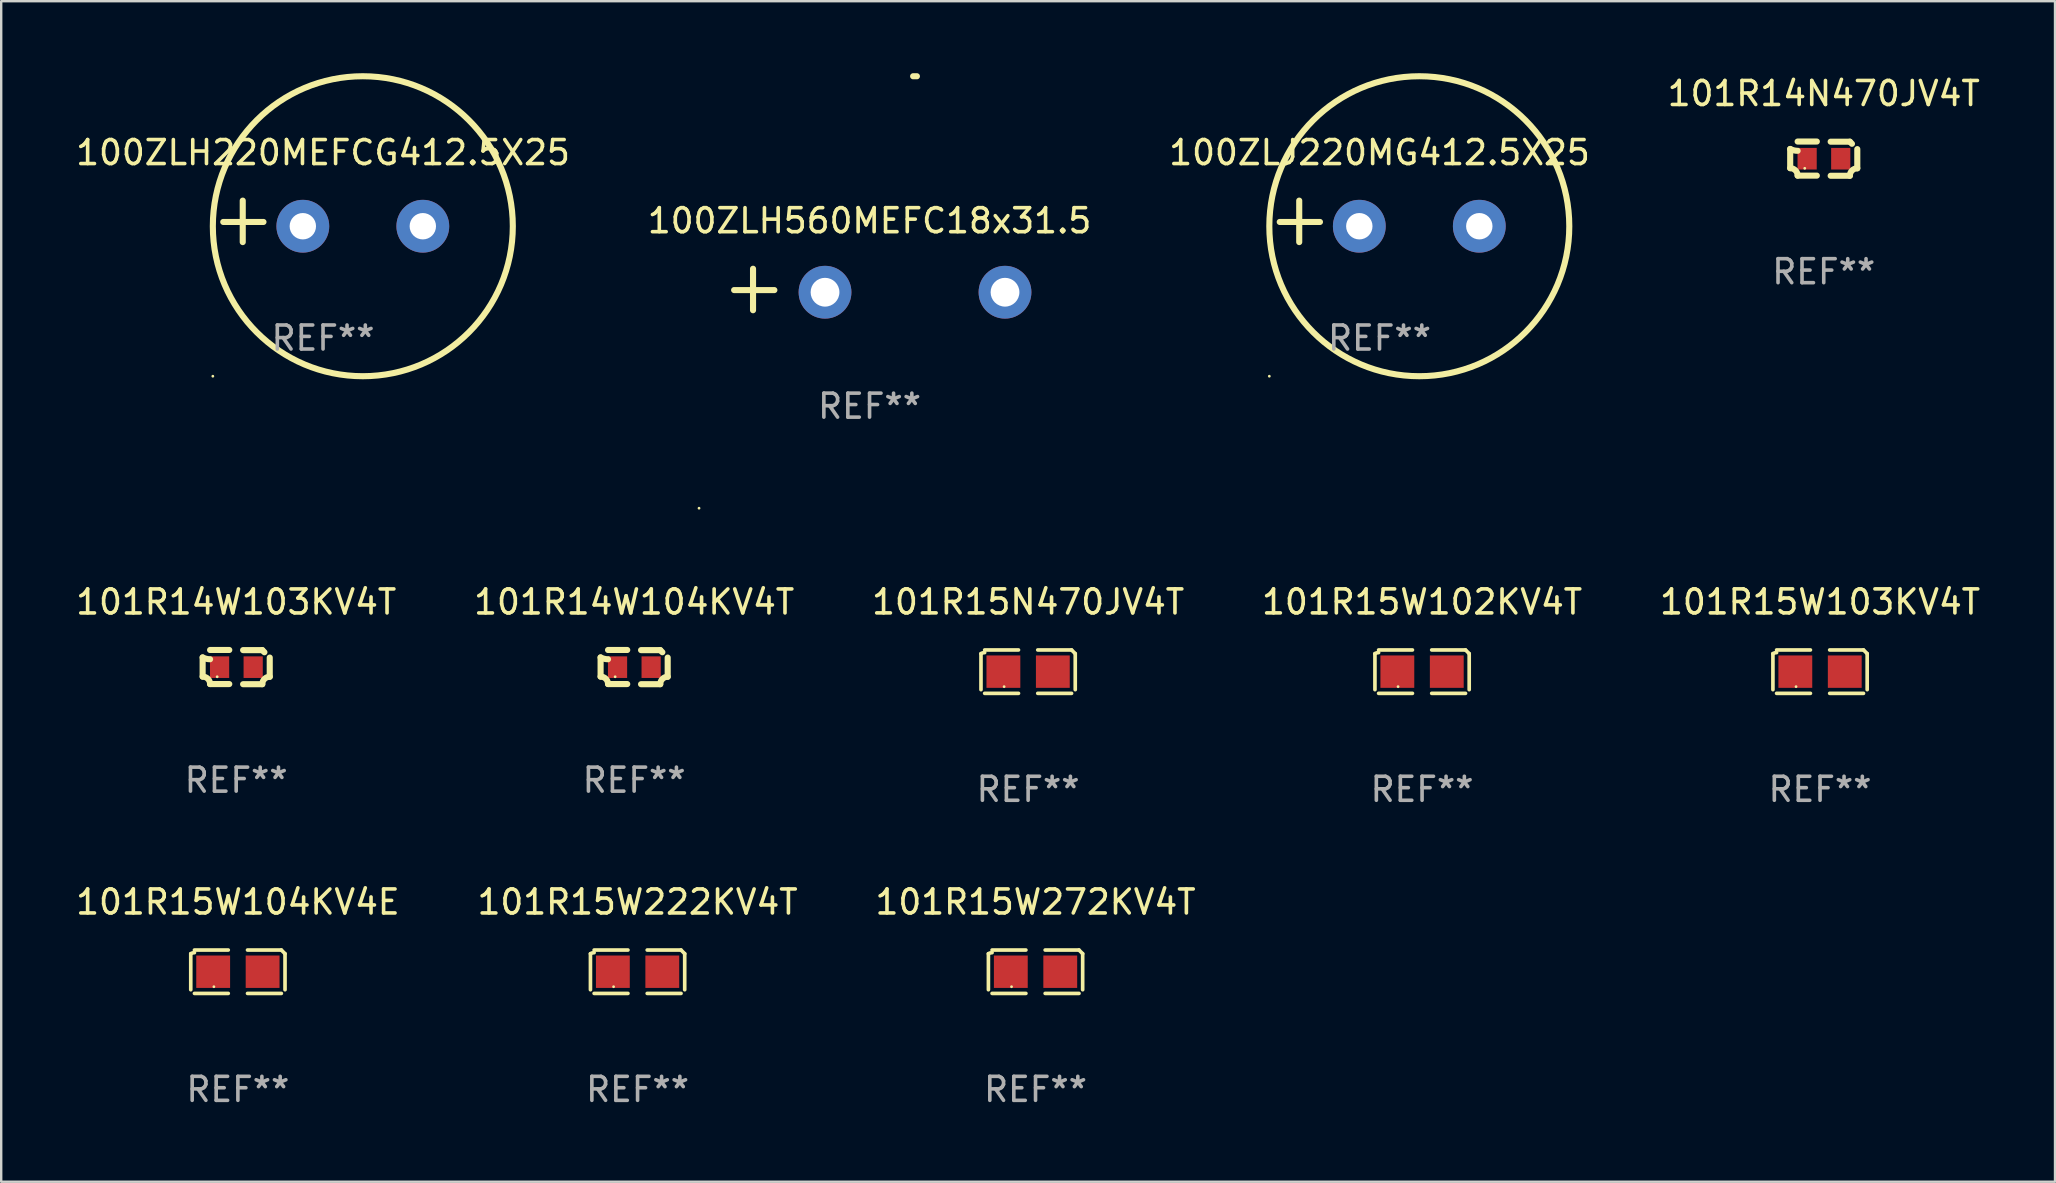
<source format=kicad_pcb>
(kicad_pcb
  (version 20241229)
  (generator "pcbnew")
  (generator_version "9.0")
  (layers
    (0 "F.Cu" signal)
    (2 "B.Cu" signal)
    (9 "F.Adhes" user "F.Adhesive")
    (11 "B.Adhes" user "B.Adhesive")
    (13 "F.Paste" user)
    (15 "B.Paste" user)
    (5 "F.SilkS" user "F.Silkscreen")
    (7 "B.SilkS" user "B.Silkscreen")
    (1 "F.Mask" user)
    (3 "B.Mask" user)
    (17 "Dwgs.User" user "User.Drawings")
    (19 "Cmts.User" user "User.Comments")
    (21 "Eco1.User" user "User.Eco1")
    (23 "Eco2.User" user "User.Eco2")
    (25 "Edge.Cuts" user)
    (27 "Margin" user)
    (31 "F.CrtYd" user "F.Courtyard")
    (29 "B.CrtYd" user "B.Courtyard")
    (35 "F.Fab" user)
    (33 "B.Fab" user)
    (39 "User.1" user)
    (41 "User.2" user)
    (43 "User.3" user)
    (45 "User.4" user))
  (footprint "100ZLH220MEFCG412.5X25"
    (layer "F.Cu")
    (at 10.411 6.174)
    (property "Reference" "100ZLH220MEFCG412.5X25" (at 0 -2.864 0) (layer "F.SilkS") (effects (font (size 1 1) (thickness 0.15))))
    (attr through_hole)
    (fp_line (start -3.346 0.864) (end -3.346 -0.864) (stroke (width 0.254) (type solid)) (layer "F.SilkS"))
    (fp_line (start -2.482 0.025) (end -4.158 0.025) (stroke (width 0.254) (type solid)) (layer "F.SilkS"))
    (fp_circle (center -4.592 6.453) (end -4.562 6.453) (stroke (width 0.06) (type solid)) (fill no) (layer "F.SilkS"))
    (fp_circle (center 1.658 0.203) (end 7.908 0.203) (stroke (width 0.254) (type solid)) (fill no) (layer "F.SilkS"))
    (fp_text user "REF**" (at 0 4.864 0) (layer "F.Fab") (effects (font (size 1 1) (thickness 0.15))))
    (pad "1" thru_hole circle (at -0.842 0.203) (size 2.2 2.2) (drill 1.1) (layers "*.Cu" "*.Mask"))
    (pad "2" thru_hole circle (at 4.158 0.203) (size 2.2 2.2) (drill 1.1) (layers "*.Cu" "*.Mask")))
  (footprint "101R14W103KV4T"
    (layer "F.Cu")
    (at 6.792 24.748)
    (property "Reference" "101R14W103KV4T" (at 0 -2.713 0) (layer "F.SilkS") (effects (font (size 1 1) (thickness 0.15))))
    (attr through_hole)
    (fp_line (start -1.398 -0.403) (end -1.398 0.397) (stroke (width 0.254) (type solid)) (layer "F.SilkS"))
    (fp_line (start -0.288 -0.713) (end -1.088 -0.713) (stroke (width 0.254) (type solid)) (layer "F.SilkS"))
    (fp_line (start -0.288 0.707) (end -1.088 0.707) (stroke (width 0.254) (type solid)) (layer "F.SilkS"))
    (fp_line (start 0.288 -0.707) (end 1.088 -0.707) (stroke (width 0.254) (type solid)) (layer "F.SilkS"))
    (fp_line (start 0.288 0.713) (end 1.088 0.713) (stroke (width 0.254) (type solid)) (layer "F.SilkS"))
    (fp_line (start 1.398 -0.397) (end 1.398 0.403) (stroke (width 0.254) (type solid)) (layer "F.SilkS"))
    (fp_arc (start -1.397789 0.397066) (mid -1.178701 0.487826) (end -1.08796 0.706922) (stroke (width 0.254001) (type solid)) (layer "F.SilkS"))
    (fp_arc (start -1.08796 -0.327176) (mid -1.247436 -0.346384) (end -1.39779 -0.402908) (stroke (width 0.254001) (type solid)) (layer "F.SilkS"))
    (fp_arc (start 1.087909 0.712738) (mid 1.178656 0.493655) (end 1.397739 0.402908) (stroke (width 0.254001) (type solid)) (layer "F.SilkS"))
    (fp_arc (start 1.175925 -0.618926) (mid 1.131917 -0.662923) (end 1.08791 -0.706922) (stroke (width 0.254001) (type solid)) (layer "F.SilkS"))
    (fp_circle (center -0.792 0.403) (end -0.762 0.403) (stroke (width 0.06) (type solid)) (fill no) (layer "F.SilkS"))
    (fp_text user "REF**" (at 0 4.713 0) (layer "F.Fab") (effects (font (size 1 1) (thickness 0.15))))
    (pad "1" smd rect (at -0.692 0.003) (size 0.8 0.9) (layers "F.Cu" "F.Mask" "F.Paste"))
    (pad "2" smd rect (at 0.708 0.003) (size 0.8 0.9) (layers "F.Cu" "F.Mask" "F.Paste")))
  (footprint "101R15W222KV4T"
    (layer "F.Cu")
    (at 23.518 37.442)
    (property "Reference" "101R15W222KV4T" (at 0 -2.904 0) (layer "F.SilkS") (effects (font (size 1 1) (thickness 0.15))))
    (attr through_hole)
    (fp_line (start -1.964 0.751) (end -1.964 -0.751) (stroke (width 0.152) (type solid)) (layer "F.SilkS"))
    (fp_line (start -1.811 -0.904) (end -0.401 -0.904) (stroke (width 0.152) (type solid)) (layer "F.SilkS"))
    (fp_line (start -0.401 0.904) (end -1.811 0.904) (stroke (width 0.152) (type solid)) (layer "F.SilkS"))
    (fp_line (start 0.401 0.904) (end 1.811 0.904) (stroke (width 0.152) (type solid)) (layer "F.SilkS"))
    (fp_line (start 1.811 -0.904) (end 0.401 -0.904) (stroke (width 0.152) (type solid)) (layer "F.SilkS"))
    (fp_line (start 1.964 0.751) (end 1.964 -0.751) (stroke (width 0.152) (type solid)) (layer "F.SilkS"))
    (fp_arc (start -1.963602 -0.751207) (mid -1.890354 -0.783131) (end -1.811201 -0.794044) (stroke (width 0.1524) (type solid)) (layer "F.SilkS"))
    (fp_arc (start 1.811202 -0.903607) (mid 1.887413 -0.827418) (end 1.963602 -0.751207) (stroke (width 0.1524) (type solid)) (layer "F.SilkS"))
    (fp_circle (center -1 0.625) (end -0.97 0.625) (stroke (width 0.06) (type solid)) (fill no) (layer "F.SilkS"))
    (fp_text user "REF**" (at 0 4.904 0) (layer "F.Fab") (effects (font (size 1 1) (thickness 0.15))))
    (pad "1" smd rect (at -1.03 0) (size 1.41 1.35) (layers "F.Cu" "F.Mask" "F.Paste"))
    (pad "2" smd rect (at 1.03 0) (size 1.41 1.35) (layers "F.Cu" "F.Mask" "F.Paste")))
  (footprint "100ZLH560MEFC18x31.5"
    (layer "F.Cu")
    (at 33.185 9.013)
    (property "Reference" "100ZLH560MEFC18x31.5" (at 0 -2.864 0) (layer "F.SilkS") (effects (font (size 1 1) (thickness 0.15))))
    (attr through_hole)
    (fp_line (start -4.856 0.864) (end -4.856 -0.864) (stroke (width 0.254) (type solid)) (layer "F.SilkS"))
    (fp_line (start -3.967 0.025) (end -5.644 0.025) (stroke (width 0.254) (type solid)) (layer "F.SilkS"))
    (fp_arc (start 1.815024 -8.885649) (mid 1.893764 -8.88599) (end 1.972504 -8.885649) (stroke (width 0.254001) (type solid)) (layer "F.SilkS"))
    (fp_circle (center -7.106 9.114) (end -7.076 9.114) (stroke (width 0.06) (type solid)) (fill no) (layer "F.SilkS"))
    (fp_text user "REF**" (at 0 4.864 0) (layer "F.Fab") (effects (font (size 1 1) (thickness 0.15))))
    (pad "1" thru_hole circle (at -1.856 0.114) (size 2.2 2.2) (drill 1.2) (layers "*.Cu" "*.Mask"))
    (pad "2" thru_hole circle (at 5.644 0.114) (size 2.2 2.2) (drill 1.2) (layers "*.Cu" "*.Mask")))
  (footprint "100ZLJ220MG412.5X25"
    (layer "F.Cu")
    (at 54.435 6.174)
    (property "Reference" "100ZLJ220MG412.5X25" (at 0 -2.864 0) (layer "F.SilkS") (effects (font (size 1 1) (thickness 0.15))))
    (attr through_hole)
    (fp_line (start -3.346 0.864) (end -3.346 -0.864) (stroke (width 0.254) (type solid)) (layer "F.SilkS"))
    (fp_line (start -2.482 0.025) (end -4.158 0.025) (stroke (width 0.254) (type solid)) (layer "F.SilkS"))
    (fp_circle (center -4.592 6.453) (end -4.562 6.453) (stroke (width 0.06) (type solid)) (fill no) (layer "F.SilkS"))
    (fp_circle (center 1.658 0.203) (end 7.908 0.203) (stroke (width 0.254) (type solid)) (fill no) (layer "F.SilkS"))
    (fp_text user "REF**" (at 0 4.864 0) (layer "F.Fab") (effects (font (size 1 1) (thickness 0.15))))
    (pad "1" thru_hole circle (at -0.842 0.203) (size 2.2 2.2) (drill 1.1) (layers "*.Cu" "*.Mask"))
    (pad "2" thru_hole circle (at 4.158 0.203) (size 2.2 2.2) (drill 1.1) (layers "*.Cu" "*.Mask")))
  (footprint "101R15W272KV4T"
    (layer "F.Cu")
    (at 40.101 37.442)
    (property "Reference" "101R15W272KV4T" (at 0 -2.904 0) (layer "F.SilkS") (effects (font (size 1 1) (thickness 0.15))))
    (attr through_hole)
    (fp_line (start -1.964 0.751) (end -1.964 -0.751) (stroke (width 0.152) (type solid)) (layer "F.SilkS"))
    (fp_line (start -1.811 -0.904) (end -0.401 -0.904) (stroke (width 0.152) (type solid)) (layer "F.SilkS"))
    (fp_line (start -0.401 0.904) (end -1.811 0.904) (stroke (width 0.152) (type solid)) (layer "F.SilkS"))
    (fp_line (start 0.401 0.904) (end 1.811 0.904) (stroke (width 0.152) (type solid)) (layer "F.SilkS"))
    (fp_line (start 1.811 -0.904) (end 0.401 -0.904) (stroke (width 0.152) (type solid)) (layer "F.SilkS"))
    (fp_line (start 1.964 0.751) (end 1.964 -0.751) (stroke (width 0.152) (type solid)) (layer "F.SilkS"))
    (fp_arc (start -1.963602 -0.751207) (mid -1.890354 -0.783131) (end -1.811201 -0.794044) (stroke (width 0.1524) (type solid)) (layer "F.SilkS"))
    (fp_arc (start 1.811202 -0.903607) (mid 1.887413 -0.827418) (end 1.963602 -0.751207) (stroke (width 0.1524) (type solid)) (layer "F.SilkS"))
    (fp_circle (center -1 0.625) (end -0.97 0.625) (stroke (width 0.06) (type solid)) (fill no) (layer "F.SilkS"))
    (fp_text user "REF**" (at 0 4.904 0) (layer "F.Fab") (effects (font (size 1 1) (thickness 0.15))))
    (pad "1" smd rect (at -1.03 0) (size 1.41 1.35) (layers "F.Cu" "F.Mask" "F.Paste"))
    (pad "2" smd rect (at 1.03 0) (size 1.41 1.35) (layers "F.Cu" "F.Mask" "F.Paste")))
  (footprint "101R14N470JV4T"
    (layer "F.Cu")
    (at 72.946 3.561)
    (property "Reference" "101R14N470JV4T" (at 0 -2.713 0) (layer "F.SilkS") (effects (font (size 1 1) (thickness 0.15))))
    (attr through_hole)
    (fp_line (start -1.398 -0.403) (end -1.398 0.397) (stroke (width 0.254) (type solid)) (layer "F.SilkS"))
    (fp_line (start -0.288 -0.713) (end -1.088 -0.713) (stroke (width 0.254) (type solid)) (layer "F.SilkS"))
    (fp_line (start -0.288 0.707) (end -1.088 0.707) (stroke (width 0.254) (type solid)) (layer "F.SilkS"))
    (fp_line (start 0.288 -0.707) (end 1.088 -0.707) (stroke (width 0.254) (type solid)) (layer "F.SilkS"))
    (fp_line (start 0.288 0.713) (end 1.088 0.713) (stroke (width 0.254) (type solid)) (layer "F.SilkS"))
    (fp_line (start 1.398 -0.397) (end 1.398 0.403) (stroke (width 0.254) (type solid)) (layer "F.SilkS"))
    (fp_arc (start -1.397789 0.397066) (mid -1.178701 0.487826) (end -1.08796 0.706922) (stroke (width 0.254001) (type solid)) (layer "F.SilkS"))
    (fp_arc (start -1.08796 -0.327176) (mid -1.247436 -0.346384) (end -1.39779 -0.402908) (stroke (width 0.254001) (type solid)) (layer "F.SilkS"))
    (fp_arc (start 1.087909 0.712738) (mid 1.178656 0.493655) (end 1.397739 0.402908) (stroke (width 0.254001) (type solid)) (layer "F.SilkS"))
    (fp_arc (start 1.175925 -0.618926) (mid 1.131917 -0.662923) (end 1.08791 -0.706922) (stroke (width 0.254001) (type solid)) (layer "F.SilkS"))
    (fp_circle (center -0.792 0.403) (end -0.762 0.403) (stroke (width 0.06) (type solid)) (fill no) (layer "F.SilkS"))
    (fp_text user "REF**" (at 0 4.713 0) (layer "F.Fab") (effects (font (size 1 1) (thickness 0.15))))
    (pad "1" smd rect (at -0.692 0.003) (size 0.8 0.9) (layers "F.Cu" "F.Mask" "F.Paste"))
    (pad "2" smd rect (at 0.708 0.003) (size 0.8 0.9) (layers "F.Cu" "F.Mask" "F.Paste")))
  (footprint "101R15N470JV4T"
    (layer "F.Cu")
    (at 39.792 24.938)
    (property "Reference" "101R15N470JV4T" (at 0 -2.904 0) (layer "F.SilkS") (effects (font (size 1 1) (thickness 0.15))))
    (attr through_hole)
    (fp_line (start -1.964 0.751) (end -1.964 -0.751) (stroke (width 0.152) (type solid)) (layer "F.SilkS"))
    (fp_line (start -1.811 -0.904) (end -0.401 -0.904) (stroke (width 0.152) (type solid)) (layer "F.SilkS"))
    (fp_line (start -0.401 0.904) (end -1.811 0.904) (stroke (width 0.152) (type solid)) (layer "F.SilkS"))
    (fp_line (start 0.401 0.904) (end 1.811 0.904) (stroke (width 0.152) (type solid)) (layer "F.SilkS"))
    (fp_line (start 1.811 -0.904) (end 0.401 -0.904) (stroke (width 0.152) (type solid)) (layer "F.SilkS"))
    (fp_line (start 1.964 0.751) (end 1.964 -0.751) (stroke (width 0.152) (type solid)) (layer "F.SilkS"))
    (fp_arc (start -1.963602 -0.751207) (mid -1.890354 -0.783131) (end -1.811201 -0.794044) (stroke (width 0.1524) (type solid)) (layer "F.SilkS"))
    (fp_arc (start 1.811202 -0.903607) (mid 1.887413 -0.827418) (end 1.963602 -0.751207) (stroke (width 0.1524) (type solid)) (layer "F.SilkS"))
    (fp_circle (center -1 0.625) (end -0.97 0.625) (stroke (width 0.06) (type solid)) (fill no) (layer "F.SilkS"))
    (fp_text user "REF**" (at 0 4.904 0) (layer "F.Fab") (effects (font (size 1 1) (thickness 0.15))))
    (pad "1" smd rect (at -1.03 0) (size 1.41 1.35) (layers "F.Cu" "F.Mask" "F.Paste"))
    (pad "2" smd rect (at 1.03 0) (size 1.41 1.35) (layers "F.Cu" "F.Mask" "F.Paste")))
  (footprint "101R15W104KV4E"
    (layer "F.Cu")
    (at 6.863 37.442)
    (property "Reference" "101R15W104KV4E" (at 0 -2.904 0) (layer "F.SilkS") (effects (font (size 1 1) (thickness 0.15))))
    (attr through_hole)
    (fp_line (start -1.964 0.751) (end -1.964 -0.751) (stroke (width 0.152) (type solid)) (layer "F.SilkS"))
    (fp_line (start -1.811 -0.904) (end -0.401 -0.904) (stroke (width 0.152) (type solid)) (layer "F.SilkS"))
    (fp_line (start -0.401 0.904) (end -1.811 0.904) (stroke (width 0.152) (type solid)) (layer "F.SilkS"))
    (fp_line (start 0.401 0.904) (end 1.811 0.904) (stroke (width 0.152) (type solid)) (layer "F.SilkS"))
    (fp_line (start 1.811 -0.904) (end 0.401 -0.904) (stroke (width 0.152) (type solid)) (layer "F.SilkS"))
    (fp_line (start 1.964 0.751) (end 1.964 -0.751) (stroke (width 0.152) (type solid)) (layer "F.SilkS"))
    (fp_arc (start -1.963602 -0.751207) (mid -1.890354 -0.783131) (end -1.811201 -0.794044) (stroke (width 0.1524) (type solid)) (layer "F.SilkS"))
    (fp_arc (start 1.811202 -0.903607) (mid 1.887413 -0.827418) (end 1.963602 -0.751207) (stroke (width 0.1524) (type solid)) (layer "F.SilkS"))
    (fp_circle (center -1 0.625) (end -0.97 0.625) (stroke (width 0.06) (type solid)) (fill no) (layer "F.SilkS"))
    (fp_text user "REF**" (at 0 4.904 0) (layer "F.Fab") (effects (font (size 1 1) (thickness 0.15))))
    (pad "1" smd rect (at -1.03 0) (size 1.41 1.35) (layers "F.Cu" "F.Mask" "F.Paste"))
    (pad "2" smd rect (at 1.03 0) (size 1.41 1.35) (layers "F.Cu" "F.Mask" "F.Paste")))
  (footprint "101R15W103KV4T"
    (layer "F.Cu")
    (at 72.792 24.938)
    (property "Reference" "101R15W103KV4T" (at 0 -2.904 0) (layer "F.SilkS") (effects (font (size 1 1) (thickness 0.15))))
    (attr through_hole)
    (fp_line (start -1.964 0.751) (end -1.964 -0.751) (stroke (width 0.152) (type solid)) (layer "F.SilkS"))
    (fp_line (start -1.811 -0.904) (end -0.401 -0.904) (stroke (width 0.152) (type solid)) (layer "F.SilkS"))
    (fp_line (start -0.401 0.904) (end -1.811 0.904) (stroke (width 0.152) (type solid)) (layer "F.SilkS"))
    (fp_line (start 0.401 0.904) (end 1.811 0.904) (stroke (width 0.152) (type solid)) (layer "F.SilkS"))
    (fp_line (start 1.811 -0.904) (end 0.401 -0.904) (stroke (width 0.152) (type solid)) (layer "F.SilkS"))
    (fp_line (start 1.964 0.751) (end 1.964 -0.751) (stroke (width 0.152) (type solid)) (layer "F.SilkS"))
    (fp_arc (start -1.963602 -0.751207) (mid -1.890354 -0.783131) (end -1.811201 -0.794044) (stroke (width 0.1524) (type solid)) (layer "F.SilkS"))
    (fp_arc (start 1.811202 -0.903607) (mid 1.887413 -0.827418) (end 1.963602 -0.751207) (stroke (width 0.1524) (type solid)) (layer "F.SilkS"))
    (fp_circle (center -1 0.625) (end -0.97 0.625) (stroke (width 0.06) (type solid)) (fill no) (layer "F.SilkS"))
    (fp_text user "REF**" (at 0 4.904 0) (layer "F.Fab") (effects (font (size 1 1) (thickness 0.15))))
    (pad "1" smd rect (at -1.03 0) (size 1.41 1.35) (layers "F.Cu" "F.Mask" "F.Paste"))
    (pad "2" smd rect (at 1.03 0) (size 1.41 1.35) (layers "F.Cu" "F.Mask" "F.Paste")))
  (footprint "101R15W102KV4T"
    (layer "F.Cu")
    (at 56.208 24.938)
    (property "Reference" "101R15W102KV4T" (at 0 -2.904 0) (layer "F.SilkS") (effects (font (size 1 1) (thickness 0.15))))
    (attr through_hole)
    (fp_line (start -1.964 0.751) (end -1.964 -0.751) (stroke (width 0.152) (type solid)) (layer "F.SilkS"))
    (fp_line (start -1.811 -0.904) (end -0.401 -0.904) (stroke (width 0.152) (type solid)) (layer "F.SilkS"))
    (fp_line (start -0.401 0.904) (end -1.811 0.904) (stroke (width 0.152) (type solid)) (layer "F.SilkS"))
    (fp_line (start 0.401 0.904) (end 1.811 0.904) (stroke (width 0.152) (type solid)) (layer "F.SilkS"))
    (fp_line (start 1.811 -0.904) (end 0.401 -0.904) (stroke (width 0.152) (type solid)) (layer "F.SilkS"))
    (fp_line (start 1.964 0.751) (end 1.964 -0.751) (stroke (width 0.152) (type solid)) (layer "F.SilkS"))
    (fp_arc (start -1.963602 -0.751207) (mid -1.890354 -0.783131) (end -1.811201 -0.794044) (stroke (width 0.1524) (type solid)) (layer "F.SilkS"))
    (fp_arc (start 1.811202 -0.903607) (mid 1.887413 -0.827418) (end 1.963602 -0.751207) (stroke (width 0.1524) (type solid)) (layer "F.SilkS"))
    (fp_circle (center -1 0.625) (end -0.97 0.625) (stroke (width 0.06) (type solid)) (fill no) (layer "F.SilkS"))
    (fp_text user "REF**" (at 0 4.904 0) (layer "F.Fab") (effects (font (size 1 1) (thickness 0.15))))
    (pad "1" smd rect (at -1.03 0) (size 1.41 1.35) (layers "F.Cu" "F.Mask" "F.Paste"))
    (pad "2" smd rect (at 1.03 0) (size 1.41 1.35) (layers "F.Cu" "F.Mask" "F.Paste")))
  (footprint "101R14W104KV4T"
    (layer "F.Cu")
    (at 23.375 24.748)
    (property "Reference" "101R14W104KV4T" (at 0 -2.713 0) (layer "F.SilkS") (effects (font (size 1 1) (thickness 0.15))))
    (attr through_hole)
    (fp_line (start -1.398 -0.403) (end -1.398 0.397) (stroke (width 0.254) (type solid)) (layer "F.SilkS"))
    (fp_line (start -0.288 -0.713) (end -1.088 -0.713) (stroke (width 0.254) (type solid)) (layer "F.SilkS"))
    (fp_line (start -0.288 0.707) (end -1.088 0.707) (stroke (width 0.254) (type solid)) (layer "F.SilkS"))
    (fp_line (start 0.288 -0.707) (end 1.088 -0.707) (stroke (width 0.254) (type solid)) (layer "F.SilkS"))
    (fp_line (start 0.288 0.713) (end 1.088 0.713) (stroke (width 0.254) (type solid)) (layer "F.SilkS"))
    (fp_line (start 1.398 -0.397) (end 1.398 0.403) (stroke (width 0.254) (type solid)) (layer "F.SilkS"))
    (fp_arc (start -1.397789 0.397066) (mid -1.178701 0.487826) (end -1.08796 0.706922) (stroke (width 0.254001) (type solid)) (layer "F.SilkS"))
    (fp_arc (start -1.08796 -0.327176) (mid -1.247436 -0.346384) (end -1.39779 -0.402908) (stroke (width 0.254001) (type solid)) (layer "F.SilkS"))
    (fp_arc (start 1.087909 0.712738) (mid 1.178656 0.493655) (end 1.397739 0.402908) (stroke (width 0.254001) (type solid)) (layer "F.SilkS"))
    (fp_arc (start 1.175925 -0.618926) (mid 1.131917 -0.662923) (end 1.08791 -0.706922) (stroke (width 0.254001) (type solid)) (layer "F.SilkS"))
    (fp_circle (center -0.792 0.403) (end -0.762 0.403) (stroke (width 0.06) (type solid)) (fill no) (layer "F.SilkS"))
    (fp_text user "REF**" (at 0 4.713 0) (layer "F.Fab") (effects (font (size 1 1) (thickness 0.15))))
    (pad "1" smd rect (at -0.692 0.003) (size 0.8 0.9) (layers "F.Cu" "F.Mask" "F.Paste"))
    (pad "2" smd rect (at 0.708 0.003) (size 0.8 0.9) (layers "F.Cu" "F.Mask" "F.Paste")))
  (gr_rect
    (start -3 -3)
    (end 82.583 46.194)
    (stroke (width 0.1) (type default))
    (fill no)
    (layer "Edge.Cuts")))
</source>
